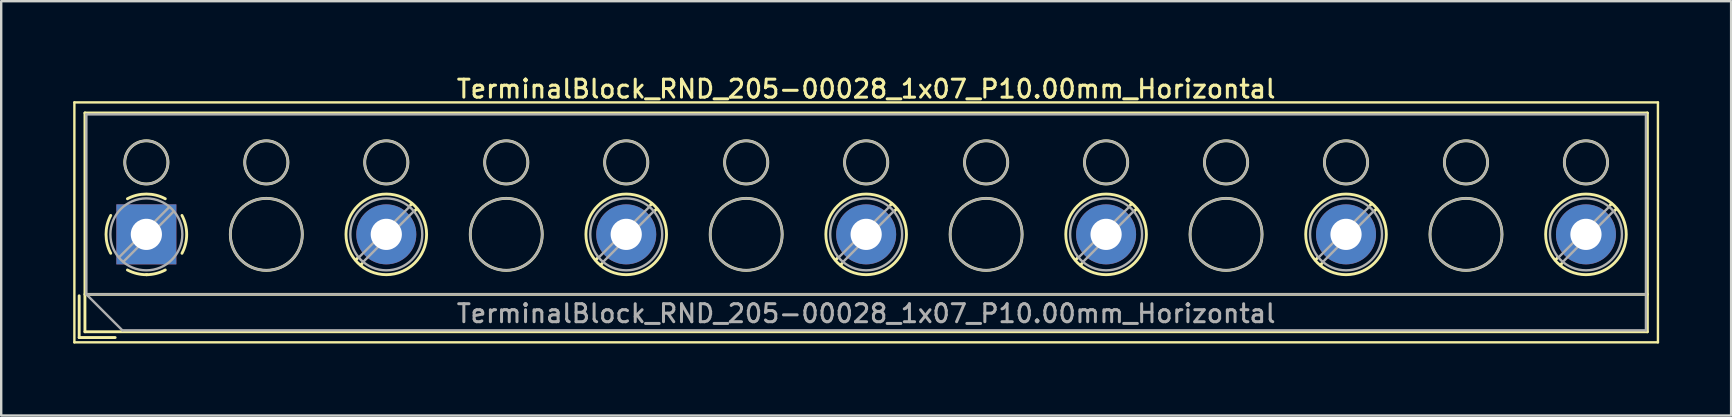
<source format=kicad_pcb>
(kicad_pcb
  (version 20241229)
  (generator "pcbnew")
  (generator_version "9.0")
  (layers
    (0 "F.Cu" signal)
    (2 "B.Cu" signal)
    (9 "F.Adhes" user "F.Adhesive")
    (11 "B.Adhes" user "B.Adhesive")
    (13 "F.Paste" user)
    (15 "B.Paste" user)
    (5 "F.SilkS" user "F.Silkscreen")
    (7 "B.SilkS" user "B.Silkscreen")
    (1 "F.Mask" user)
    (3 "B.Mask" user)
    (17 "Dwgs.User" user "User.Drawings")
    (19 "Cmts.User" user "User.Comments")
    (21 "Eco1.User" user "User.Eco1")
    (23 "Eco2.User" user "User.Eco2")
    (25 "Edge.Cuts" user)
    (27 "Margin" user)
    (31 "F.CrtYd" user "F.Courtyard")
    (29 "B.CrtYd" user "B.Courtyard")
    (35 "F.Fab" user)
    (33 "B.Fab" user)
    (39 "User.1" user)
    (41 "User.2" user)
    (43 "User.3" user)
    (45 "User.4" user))
  (footprint "TerminalBlock_RND_205-00028_1x07_P10.00mm_Horizontal"
    (layer "F.Cu")
    (at 3.05 6.718)
    (property "Reference" "TerminalBlock_RND_205-00028_1x07_P10.00mm_Horizontal" (at 30 -6.06 0) (layer "F.SilkS") (effects (font (size 0.75 0.75) (thickness 0.125))))
    (attr through_hole)
    (fp_line (start -3 -5.5) (end -3 4.5) (stroke (width 0.1) (type solid)) (layer "F.SilkS"))
    (fp_line (start -3 4.5) (end 63 4.5) (stroke (width 0.1) (type solid)) (layer "F.SilkS"))
    (fp_line (start -2.8 2.56) (end -2.8 4.3) (stroke (width 0.12) (type solid)) (layer "F.SilkS"))
    (fp_line (start -2.8 4.3) (end -1.3 4.3) (stroke (width 0.12) (type solid)) (layer "F.SilkS"))
    (fp_line (start -2.56 -5.06) (end -2.56 4.06) (stroke (width 0.12) (type solid)) (layer "F.SilkS"))
    (fp_line (start -2.56 -5.06) (end 62.56 -5.06) (stroke (width 0.12) (type solid)) (layer "F.SilkS"))
    (fp_line (start -2.56 2.5) (end 62.56 2.5) (stroke (width 0.12) (type solid)) (layer "F.SilkS"))
    (fp_line (start -2.56 4.06) (end 62.56 4.06) (stroke (width 0.12) (type solid)) (layer "F.SilkS"))
    (fp_line (start 8.82 0.976) (end 8.726 1.069) (stroke (width 0.12) (type solid)) (layer "F.SilkS"))
    (fp_line (start 8.99 1.216) (end 8.931 1.274) (stroke (width 0.12) (type solid)) (layer "F.SilkS"))
    (fp_line (start 11.07 -1.275) (end 11.011 -1.216) (stroke (width 0.12) (type solid)) (layer "F.SilkS"))
    (fp_line (start 11.275 -1.069) (end 11.181 -0.976) (stroke (width 0.12) (type solid)) (layer "F.SilkS"))
    (fp_line (start 18.82 0.976) (end 18.726 1.069) (stroke (width 0.12) (type solid)) (layer "F.SilkS"))
    (fp_line (start 18.99 1.216) (end 18.931 1.274) (stroke (width 0.12) (type solid)) (layer "F.SilkS"))
    (fp_line (start 21.07 -1.275) (end 21.011 -1.216) (stroke (width 0.12) (type solid)) (layer "F.SilkS"))
    (fp_line (start 21.275 -1.069) (end 21.181 -0.976) (stroke (width 0.12) (type solid)) (layer "F.SilkS"))
    (fp_line (start 28.82 0.976) (end 28.726 1.069) (stroke (width 0.12) (type solid)) (layer "F.SilkS"))
    (fp_line (start 28.99 1.216) (end 28.931 1.274) (stroke (width 0.12) (type solid)) (layer "F.SilkS"))
    (fp_line (start 31.07 -1.275) (end 31.011 -1.216) (stroke (width 0.12) (type solid)) (layer "F.SilkS"))
    (fp_line (start 31.275 -1.069) (end 31.181 -0.976) (stroke (width 0.12) (type solid)) (layer "F.SilkS"))
    (fp_line (start 38.82 0.976) (end 38.726 1.069) (stroke (width 0.12) (type solid)) (layer "F.SilkS"))
    (fp_line (start 38.99 1.216) (end 38.931 1.274) (stroke (width 0.12) (type solid)) (layer "F.SilkS"))
    (fp_line (start 41.07 -1.275) (end 41.011 -1.216) (stroke (width 0.12) (type solid)) (layer "F.SilkS"))
    (fp_line (start 41.275 -1.069) (end 41.181 -0.976) (stroke (width 0.12) (type solid)) (layer "F.SilkS"))
    (fp_line (start 48.82 0.976) (end 48.726 1.069) (stroke (width 0.12) (type solid)) (layer "F.SilkS"))
    (fp_line (start 48.99 1.216) (end 48.931 1.274) (stroke (width 0.12) (type solid)) (layer "F.SilkS"))
    (fp_line (start 51.07 -1.275) (end 51.011 -1.216) (stroke (width 0.12) (type solid)) (layer "F.SilkS"))
    (fp_line (start 51.275 -1.069) (end 51.181 -0.976) (stroke (width 0.12) (type solid)) (layer "F.SilkS"))
    (fp_line (start 58.82 0.976) (end 58.726 1.069) (stroke (width 0.12) (type solid)) (layer "F.SilkS"))
    (fp_line (start 58.99 1.216) (end 58.931 1.274) (stroke (width 0.12) (type solid)) (layer "F.SilkS"))
    (fp_line (start 61.07 -1.275) (end 61.011 -1.216) (stroke (width 0.12) (type solid)) (layer "F.SilkS"))
    (fp_line (start 61.275 -1.069) (end 61.181 -0.976) (stroke (width 0.12) (type solid)) (layer "F.SilkS"))
    (fp_line (start 62.56 -5.06) (end 62.56 4.06) (stroke (width 0.12) (type solid)) (layer "F.SilkS"))
    (fp_line (start 63 -5.5) (end -3 -5.5) (stroke (width 0.1) (type solid)) (layer "F.SilkS"))
    (fp_line (start 63 4.5) (end 63 -5.5) (stroke (width 0.1) (type solid)) (layer "F.SilkS"))
    (fp_arc (start -1.483953 0.789089) (mid -1.680708 0.00005) (end -1.484 -0.789) (stroke (width 0.12) (type solid)) (layer "F.SilkS"))
    (fp_arc (start -0.789089 -1.483953) (mid -0.00005 -1.680708) (end 0.789 -1.484) (stroke (width 0.12) (type solid)) (layer "F.SilkS"))
    (fp_arc (start 0.029383 1.68045) (mid -0.392304 1.634281) (end -0.789 1.484) (stroke (width 0.12) (type solid)) (layer "F.SilkS"))
    (fp_arc (start 0.788712 1.483352) (mid 0.406429 1.630097) (end 0 1.68) (stroke (width 0.12) (type solid)) (layer "F.SilkS"))
    (fp_arc (start 1.483953 -0.789089) (mid 1.680708 -0.00005) (end 1.484 0.789) (stroke (width 0.12) (type solid)) (layer "F.SilkS"))
    (fp_circle (center 0 -3) (end 0.9 -3) (stroke (width 0.12) (type solid)) (fill no) (layer "F.SilkS"))
    (fp_circle (center 5 -3) (end 5.9 -3) (stroke (width 0.12) (type solid)) (fill no) (layer "F.SilkS"))
    (fp_circle (center 5 0) (end 6.5 0) (stroke (width 0.12) (type solid)) (fill no) (layer "F.SilkS"))
    (fp_circle (center 10 -3) (end 10.9 -3) (stroke (width 0.12) (type solid)) (fill no) (layer "F.SilkS"))
    (fp_circle (center 10 0) (end 11.68 0) (stroke (width 0.12) (type solid)) (fill no) (layer "F.SilkS"))
    (fp_circle (center 15 -3) (end 15.9 -3) (stroke (width 0.12) (type solid)) (fill no) (layer "F.SilkS"))
    (fp_circle (center 15 0) (end 16.5 0) (stroke (width 0.12) (type solid)) (fill no) (layer "F.SilkS"))
    (fp_circle (center 20 -3) (end 20.9 -3) (stroke (width 0.12) (type solid)) (fill no) (layer "F.SilkS"))
    (fp_circle (center 20 0) (end 21.68 0) (stroke (width 0.12) (type solid)) (fill no) (layer "F.SilkS"))
    (fp_circle (center 25 -3) (end 25.9 -3) (stroke (width 0.12) (type solid)) (fill no) (layer "F.SilkS"))
    (fp_circle (center 25 0) (end 26.5 0) (stroke (width 0.12) (type solid)) (fill no) (layer "F.SilkS"))
    (fp_circle (center 30 -3) (end 30.9 -3) (stroke (width 0.12) (type solid)) (fill no) (layer "F.SilkS"))
    (fp_circle (center 30 0) (end 31.68 0) (stroke (width 0.12) (type solid)) (fill no) (layer "F.SilkS"))
    (fp_circle (center 35 -3) (end 35.9 -3) (stroke (width 0.12) (type solid)) (fill no) (layer "F.SilkS"))
    (fp_circle (center 35 0) (end 36.5 0) (stroke (width 0.12) (type solid)) (fill no) (layer "F.SilkS"))
    (fp_circle (center 40 -3) (end 40.9 -3) (stroke (width 0.12) (type solid)) (fill no) (layer "F.SilkS"))
    (fp_circle (center 40 0) (end 41.68 0) (stroke (width 0.12) (type solid)) (fill no) (layer "F.SilkS"))
    (fp_circle (center 45 -3) (end 45.9 -3) (stroke (width 0.12) (type solid)) (fill no) (layer "F.SilkS"))
    (fp_circle (center 45 0) (end 46.5 0) (stroke (width 0.12) (type solid)) (fill no) (layer "F.SilkS"))
    (fp_circle (center 50 -3) (end 50.9 -3) (stroke (width 0.12) (type solid)) (fill no) (layer "F.SilkS"))
    (fp_circle (center 50 0) (end 51.68 0) (stroke (width 0.12) (type solid)) (fill no) (layer "F.SilkS"))
    (fp_circle (center 55 -3) (end 55.9 -3) (stroke (width 0.12) (type solid)) (fill no) (layer "F.SilkS"))
    (fp_circle (center 55 0) (end 56.5 0) (stroke (width 0.12) (type solid)) (fill no) (layer "F.SilkS"))
    (fp_circle (center 60 -3) (end 60.9 -3) (stroke (width 0.12) (type solid)) (fill no) (layer "F.SilkS"))
    (fp_circle (center 60 0) (end 61.68 0) (stroke (width 0.12) (type solid)) (fill no) (layer "F.SilkS"))
    (fp_line (start -2.5 -5) (end 62.5 -5) (stroke (width 0.1) (type solid)) (layer "F.Fab"))
    (fp_line (start -2.5 2.5) (end -2.5 -5) (stroke (width 0.1) (type solid)) (layer "F.Fab"))
    (fp_line (start -2.5 2.5) (end 62.5 2.5) (stroke (width 0.1) (type solid)) (layer "F.Fab"))
    (fp_line (start -1 4) (end -2.5 2.5) (stroke (width 0.1) (type solid)) (layer "F.Fab"))
    (fp_line (start 0.955 -1.138) (end -1.138 0.955) (stroke (width 0.1) (type solid)) (layer "F.Fab"))
    (fp_line (start 1.138 -0.955) (end -0.955 1.138) (stroke (width 0.1) (type solid)) (layer "F.Fab"))
    (fp_line (start 10.955 -1.138) (end 8.863 0.955) (stroke (width 0.1) (type solid)) (layer "F.Fab"))
    (fp_line (start 11.138 -0.955) (end 9.046 1.138) (stroke (width 0.1) (type solid)) (layer "F.Fab"))
    (fp_line (start 20.955 -1.138) (end 18.863 0.955) (stroke (width 0.1) (type solid)) (layer "F.Fab"))
    (fp_line (start 21.138 -0.955) (end 19.046 1.138) (stroke (width 0.1) (type solid)) (layer "F.Fab"))
    (fp_line (start 30.955 -1.138) (end 28.863 0.955) (stroke (width 0.1) (type solid)) (layer "F.Fab"))
    (fp_line (start 31.138 -0.955) (end 29.046 1.138) (stroke (width 0.1) (type solid)) (layer "F.Fab"))
    (fp_line (start 40.955 -1.138) (end 38.863 0.955) (stroke (width 0.1) (type solid)) (layer "F.Fab"))
    (fp_line (start 41.138 -0.955) (end 39.046 1.138) (stroke (width 0.1) (type solid)) (layer "F.Fab"))
    (fp_line (start 50.955 -1.138) (end 48.863 0.955) (stroke (width 0.1) (type solid)) (layer "F.Fab"))
    (fp_line (start 51.138 -0.955) (end 49.046 1.138) (stroke (width 0.1) (type solid)) (layer "F.Fab"))
    (fp_line (start 60.955 -1.138) (end 58.863 0.955) (stroke (width 0.1) (type solid)) (layer "F.Fab"))
    (fp_line (start 61.138 -0.955) (end 59.046 1.138) (stroke (width 0.1) (type solid)) (layer "F.Fab"))
    (fp_line (start 62.5 -5) (end 62.5 4) (stroke (width 0.1) (type solid)) (layer "F.Fab"))
    (fp_line (start 62.5 4) (end -1 4) (stroke (width 0.1) (type solid)) (layer "F.Fab"))
    (fp_circle (center 0 -3) (end 0.9 -3) (stroke (width 0.1) (type solid)) (fill no) (layer "F.Fab"))
    (fp_circle (center 0 0) (end 1.5 0) (stroke (width 0.1) (type solid)) (fill no) (layer "F.Fab"))
    (fp_circle (center 5 -3) (end 5.9 -3) (stroke (width 0.1) (type solid)) (fill no) (layer "F.Fab"))
    (fp_circle (center 5 0) (end 6.5 0) (stroke (width 0.1) (type solid)) (fill no) (layer "F.Fab"))
    (fp_circle (center 10 -3) (end 10.9 -3) (stroke (width 0.1) (type solid)) (fill no) (layer "F.Fab"))
    (fp_circle (center 10 0) (end 11.5 0) (stroke (width 0.1) (type solid)) (fill no) (layer "F.Fab"))
    (fp_circle (center 15 -3) (end 15.9 -3) (stroke (width 0.1) (type solid)) (fill no) (layer "F.Fab"))
    (fp_circle (center 15 0) (end 16.5 0) (stroke (width 0.1) (type solid)) (fill no) (layer "F.Fab"))
    (fp_circle (center 20 -3) (end 20.9 -3) (stroke (width 0.1) (type solid)) (fill no) (layer "F.Fab"))
    (fp_circle (center 20 0) (end 21.5 0) (stroke (width 0.1) (type solid)) (fill no) (layer "F.Fab"))
    (fp_circle (center 25 -3) (end 25.9 -3) (stroke (width 0.1) (type solid)) (fill no) (layer "F.Fab"))
    (fp_circle (center 25 0) (end 26.5 0) (stroke (width 0.1) (type solid)) (fill no) (layer "F.Fab"))
    (fp_circle (center 30 -3) (end 30.9 -3) (stroke (width 0.1) (type solid)) (fill no) (layer "F.Fab"))
    (fp_circle (center 30 0) (end 31.5 0) (stroke (width 0.1) (type solid)) (fill no) (layer "F.Fab"))
    (fp_circle (center 35 -3) (end 35.9 -3) (stroke (width 0.1) (type solid)) (fill no) (layer "F.Fab"))
    (fp_circle (center 35 0) (end 36.5 0) (stroke (width 0.1) (type solid)) (fill no) (layer "F.Fab"))
    (fp_circle (center 40 -3) (end 40.9 -3) (stroke (width 0.1) (type solid)) (fill no) (layer "F.Fab"))
    (fp_circle (center 40 0) (end 41.5 0) (stroke (width 0.1) (type solid)) (fill no) (layer "F.Fab"))
    (fp_circle (center 45 -3) (end 45.9 -3) (stroke (width 0.1) (type solid)) (fill no) (layer "F.Fab"))
    (fp_circle (center 45 0) (end 46.5 0) (stroke (width 0.1) (type solid)) (fill no) (layer "F.Fab"))
    (fp_circle (center 50 -3) (end 50.9 -3) (stroke (width 0.1) (type solid)) (fill no) (layer "F.Fab"))
    (fp_circle (center 50 0) (end 51.5 0) (stroke (width 0.1) (type solid)) (fill no) (layer "F.Fab"))
    (fp_circle (center 55 -3) (end 55.9 -3) (stroke (width 0.1) (type solid)) (fill no) (layer "F.Fab"))
    (fp_circle (center 55 0) (end 56.5 0) (stroke (width 0.1) (type solid)) (fill no) (layer "F.Fab"))
    (fp_circle (center 60 -3) (end 60.9 -3) (stroke (width 0.1) (type solid)) (fill no) (layer "F.Fab"))
    (fp_circle (center 60 0) (end 61.5 0) (stroke (width 0.1) (type solid)) (fill no) (layer "F.Fab"))
    (fp_text user "${REFERENCE}" (at 30 3.3 0) (layer "F.Fab") (effects (font (size 0.75 0.75) (thickness 0.125))))
    (pad "1" thru_hole rect (at 0 0) (size 2.5 2.5) (drill 1.3) (layers "*.Cu" "*.Mask"))
    (pad "2" thru_hole circle (at 10 0) (size 2.5 2.5) (drill 1.3) (layers "*.Cu" "*.Mask"))
    (pad "3" thru_hole circle (at 20 0) (size 2.5 2.5) (drill 1.3) (layers "*.Cu" "*.Mask"))
    (pad "4" thru_hole circle (at 30 0) (size 2.5 2.5) (drill 1.3) (layers "*.Cu" "*.Mask"))
    (pad "5" thru_hole circle (at 40 0) (size 2.5 2.5) (drill 1.3) (layers "*.Cu" "*.Mask"))
    (pad "6" thru_hole circle (at 50 0) (size 2.5 2.5) (drill 1.3) (layers "*.Cu" "*.Mask"))
    (pad "7" thru_hole circle (at 60 0) (size 2.5 2.5) (drill 1.3) (layers "*.Cu" "*.Mask")))
  (gr_rect
    (start -3 -3)
    (end 69.1 14.268)
    (stroke (width 0.1) (type default))
    (fill no)
    (layer "Edge.Cuts")))
</source>
